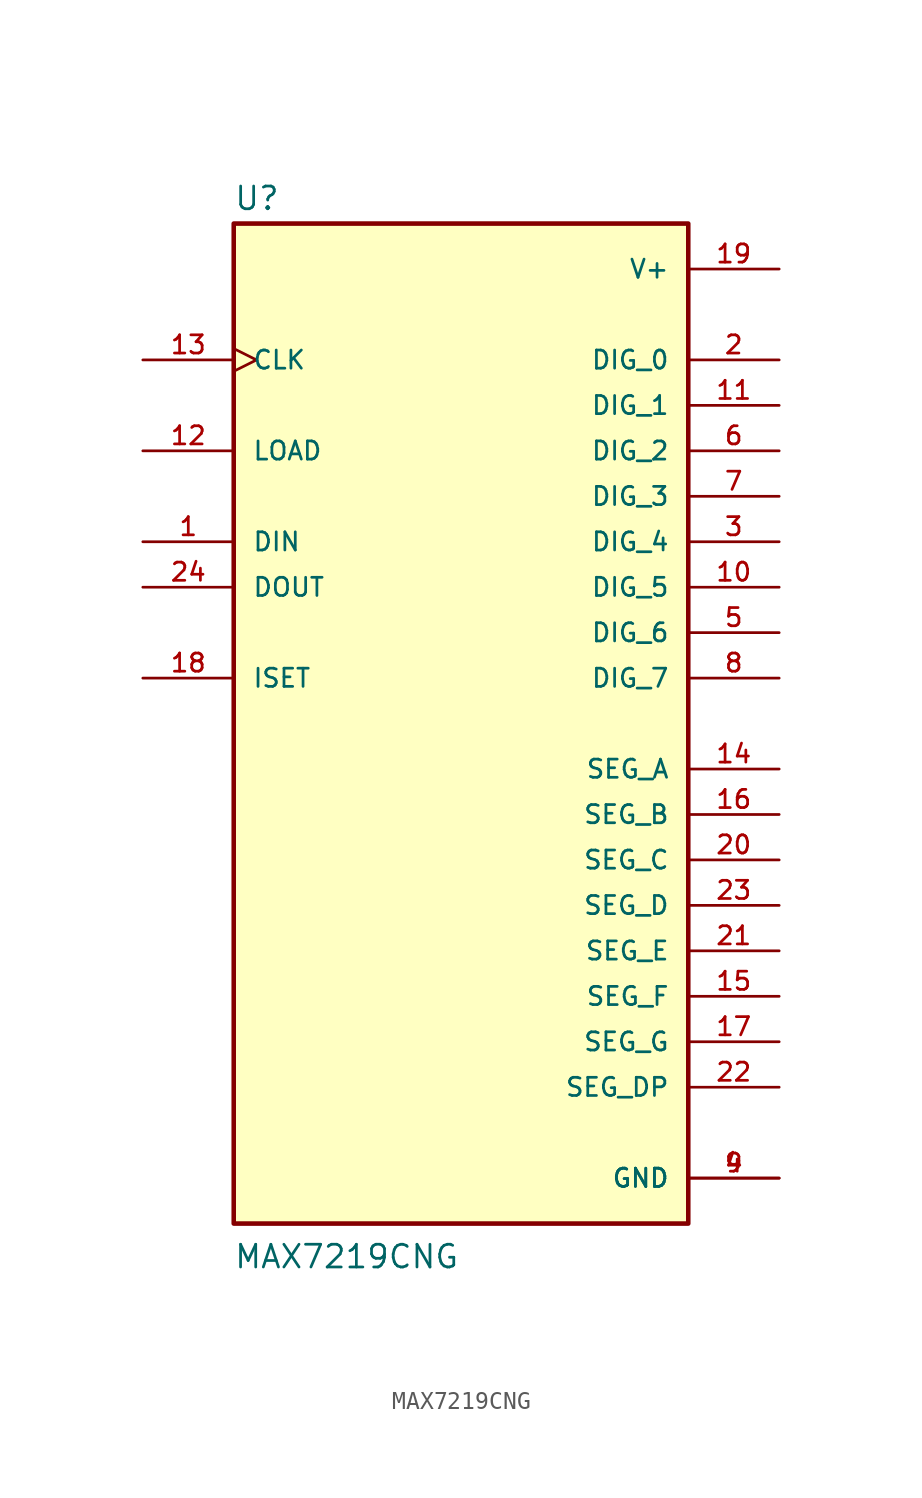
<source format=kicad_sym>
(kicad_symbol_lib
  (version 20211014)
  (generator kicad_symbol_editor)
  (symbol "MAX7219CNG"
    (pin_names
      (offset 1.016))
    (property "Reference" "U"
      (at -12.715 28.605 0)
      (effects (font (size 1.27 1.27)) (justify bottom left)))
    (property "Value" "MAX7219CNG"
      (at -12.72 -30.53 0)
      (effects (font (size 1.27 1.27)) (justify bottom left)))
    (symbol "MAX7219CNG_0_0"
      (rectangle (start -12.7 -27.94) (end 12.7 27.94) (stroke (width 0.254)) (fill (type background)))
      (pin output line (at 17.78 15.24 180.0) (length 5.08) (name "DIG_2" (effects (font (size 1.016 1.016)))) (number "6" (effects (font (size 1.016 1.016)))))
      (pin output line (at 17.78 12.7 180.0) (length 5.08) (name "DIG_3" (effects (font (size 1.016 1.016)))) (number "7" (effects (font (size 1.016 1.016)))))
      (pin output line (at 17.78 10.16 180.0) (length 5.08) (name "DIG_4" (effects (font (size 1.016 1.016)))) (number "3" (effects (font (size 1.016 1.016)))))
      (pin output line (at 17.78 7.62 180.0) (length 5.08) (name "DIG_5" (effects (font (size 1.016 1.016)))) (number "10" (effects (font (size 1.016 1.016)))))
      (pin output line (at 17.78 5.08 180.0) (length 5.08) (name "DIG_6" (effects (font (size 1.016 1.016)))) (number "5" (effects (font (size 1.016 1.016)))))
      (pin output line (at 17.78 2.54 180.0) (length 5.08) (name "DIG_7" (effects (font (size 1.016 1.016)))) (number "8" (effects (font (size 1.016 1.016)))))
      (pin output line (at 17.78 -2.54 180.0) (length 5.08) (name "SEG_A" (effects (font (size 1.016 1.016)))) (number "14" (effects (font (size 1.016 1.016)))))
      (pin output line (at 17.78 -5.08 180.0) (length 5.08) (name "SEG_B" (effects (font (size 1.016 1.016)))) (number "16" (effects (font (size 1.016 1.016)))))
      (pin output line (at 17.78 -7.62 180.0) (length 5.08) (name "SEG_C" (effects (font (size 1.016 1.016)))) (number "20" (effects (font (size 1.016 1.016)))))
      (pin output line (at 17.78 -10.16 180.0) (length 5.08) (name "SEG_D" (effects (font (size 1.016 1.016)))) (number "23" (effects (font (size 1.016 1.016)))))
      (pin output line (at 17.78 -12.7 180.0) (length 5.08) (name "SEG_E" (effects (font (size 1.016 1.016)))) (number "21" (effects (font (size 1.016 1.016)))))
      (pin output line (at 17.78 -15.24 180.0) (length 5.08) (name "SEG_F" (effects (font (size 1.016 1.016)))) (number "15" (effects (font (size 1.016 1.016)))))
      (pin output line (at 17.78 -17.78 180.0) (length 5.08) (name "SEG_G" (effects (font (size 1.016 1.016)))) (number "17" (effects (font (size 1.016 1.016)))))
      (pin output line (at 17.78 -20.32 180.0) (length 5.08) (name "SEG_DP" (effects (font (size 1.016 1.016)))) (number "22" (effects (font (size 1.016 1.016)))))
      (pin output line (at 17.78 17.78 180.0) (length 5.08) (name "DIG_1" (effects (font (size 1.016 1.016)))) (number "11" (effects (font (size 1.016 1.016)))))
      (pin output line (at 17.78 20.32 180.0) (length 5.08) (name "DIG_0" (effects (font (size 1.016 1.016)))) (number "2" (effects (font (size 1.016 1.016)))))
      (pin input line (at -17.78 10.16 0) (length 5.08) (name "DIN" (effects (font (size 1.016 1.016)))) (number "1" (effects (font (size 1.016 1.016)))))
      (pin output line (at -17.78 7.62 0) (length 5.08) (name "DOUT" (effects (font (size 1.016 1.016)))) (number "24" (effects (font (size 1.016 1.016)))))
      (pin input line (at -17.78 15.24 0) (length 5.08) (name "LOAD" (effects (font (size 1.016 1.016)))) (number "12" (effects (font (size 1.016 1.016)))))
      (pin input clock (at -17.78 20.32 0) (length 5.08) (name "CLK" (effects (font (size 1.016 1.016)))) (number "13" (effects (font (size 1.016 1.016)))))
      (pin input line (at -17.78 2.54 0) (length 5.08) (name "ISET" (effects (font (size 1.016 1.016)))) (number "18" (effects (font (size 1.016 1.016)))))
      (pin power_in line (at 17.78 -25.4 180.0) (length 5.08) (name "GND" (effects (font (size 1.016 1.016)))) (number "4" (effects (font (size 1.016 1.016)))))
      (pin power_in line (at 17.78 -25.4 180.0) (length 5.08) (name "GND" (effects (font (size 1.016 1.016)))) (number "9" (effects (font (size 1.016 1.016)))))
      (pin power_in line (at 17.78 25.4 180.0) (length 5.08) (name "V+" (effects (font (size 1.016 1.016)))) (number "19" (effects (font (size 1.016 1.016))))))))
</source>
